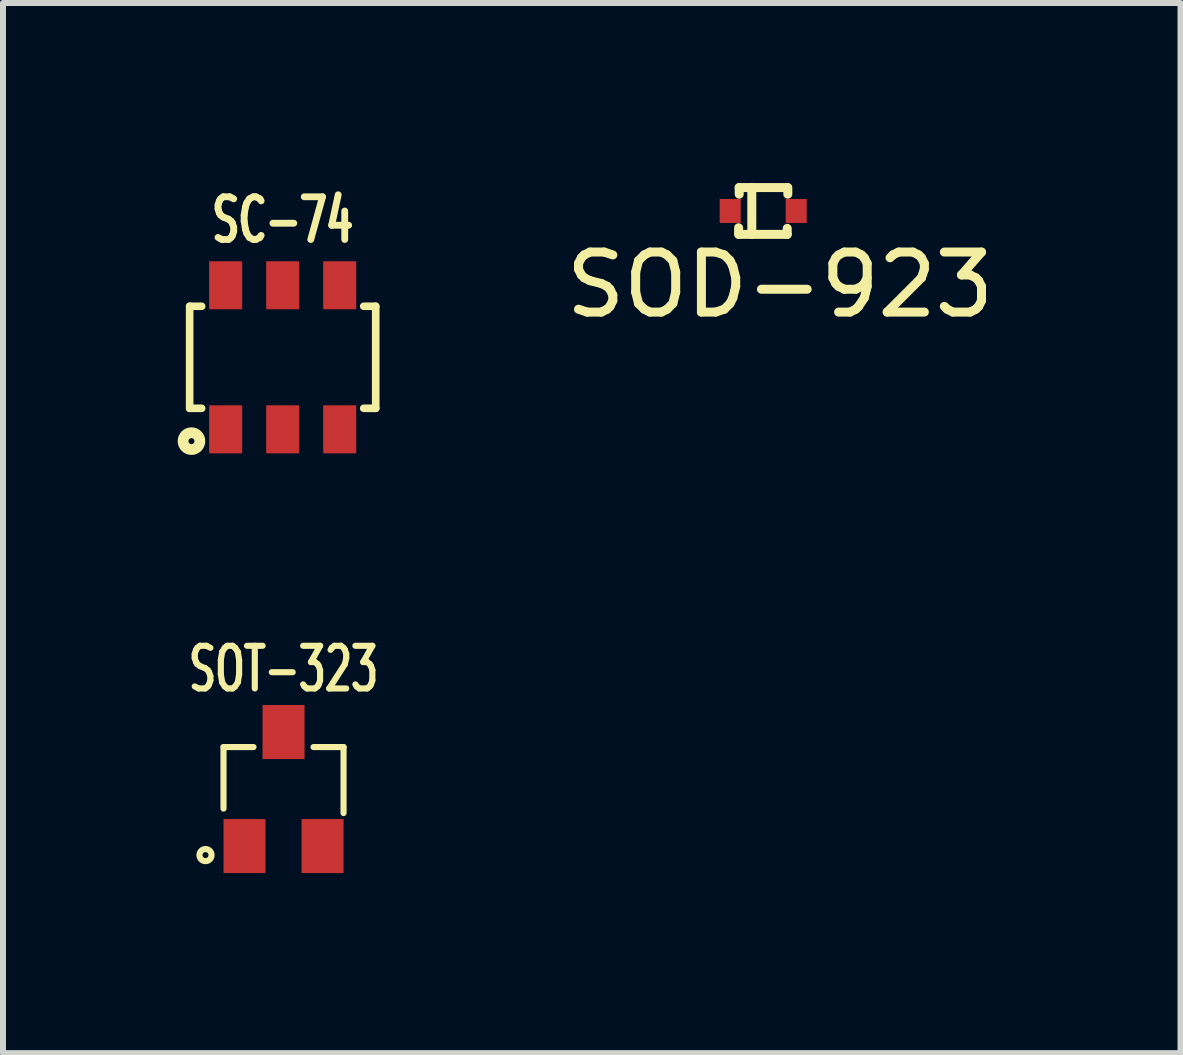
<source format=kicad_pcb>
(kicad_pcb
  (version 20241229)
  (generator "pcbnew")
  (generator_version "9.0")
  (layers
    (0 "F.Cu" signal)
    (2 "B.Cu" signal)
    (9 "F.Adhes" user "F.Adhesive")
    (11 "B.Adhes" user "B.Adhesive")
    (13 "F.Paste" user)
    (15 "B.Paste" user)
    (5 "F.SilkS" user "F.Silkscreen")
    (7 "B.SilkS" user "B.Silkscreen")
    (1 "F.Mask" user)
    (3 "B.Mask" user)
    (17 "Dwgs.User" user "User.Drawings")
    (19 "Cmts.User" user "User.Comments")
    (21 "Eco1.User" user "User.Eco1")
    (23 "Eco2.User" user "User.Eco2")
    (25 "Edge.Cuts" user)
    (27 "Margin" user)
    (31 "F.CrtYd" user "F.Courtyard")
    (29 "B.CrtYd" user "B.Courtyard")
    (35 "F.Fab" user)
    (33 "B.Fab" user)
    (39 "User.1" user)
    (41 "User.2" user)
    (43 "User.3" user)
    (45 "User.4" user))
  (footprint "SOT-323"
    (layer "F.Cu")
    (at 1.674 10.097)
    (property "Reference" "SOT-323" (at 0 -2 0) (layer "F.SilkS") (effects (font (size 0.711 0.457) (thickness 0.102))))
    (attr through_hole)
    (fp_line (start -1 -0.7) (end -1 0.325) (stroke (width 0.102) (type solid)) (layer "F.SilkS"))
    (fp_line (start -0.5 -0.7) (end -1 -0.7) (stroke (width 0.102) (type solid)) (layer "F.SilkS"))
    (fp_line (start 1 -0.7) (end 0.5 -0.7) (stroke (width 0.102) (type solid)) (layer "F.SilkS"))
    (fp_line (start 1 -0.7) (end 1 0.4) (stroke (width 0.102) (type solid)) (layer "F.SilkS"))
    (fp_circle (center -1.3 1.1) (end -1.3 1.05) (stroke (width 0.102) (type solid)) (fill no) (layer "F.SilkS"))
    (pad "1" smd rect (at -0.65 0.95) (size 0.7 0.9) (layers "F.Cu" "F.Mask" "F.Paste"))
    (pad "2" smd rect (at 0.65 0.95) (size 0.7 0.9) (layers "F.Cu" "F.Mask" "F.Paste"))
    (pad "3" smd rect (at 0 -0.95) (size 0.7 0.9) (layers "F.Cu" "F.Mask" "F.Paste")))
  (footprint "SOD-923"
    (layer "F.Cu")
    (at 9.666 0.465)
    (property "Reference" "SOD-923" (at 0.28 1.23 0) (layer "F.SilkS") (effects (font (size 1 1) (thickness 0.15))))
    (attr through_hole)
    (fp_line (start -0.41 0.39) (end -0.41 0.28) (stroke (width 0.15) (type solid)) (layer "F.SilkS"))
    (fp_line (start -0.4 -0.39) (end -0.4 -0.28) (stroke (width 0.15) (type solid)) (layer "F.SilkS"))
    (fp_line (start -0.4 -0.39) (end 0.4 -0.39) (stroke (width 0.15) (type solid)) (layer "F.SilkS"))
    (fp_line (start -0.4 0.39) (end 0.4 0.39) (stroke (width 0.15) (type solid)) (layer "F.SilkS"))
    (fp_line (start -0.19 -0.39) (end -0.19 0.39) (stroke (width 0.15) (type solid)) (layer "F.SilkS"))
    (fp_line (start 0.4 0.39) (end 0.4 0.29) (stroke (width 0.15) (type solid)) (layer "F.SilkS"))
    (fp_line (start 0.41 -0.39) (end 0.41 -0.28) (stroke (width 0.15) (type solid)) (layer "F.SilkS"))
    (pad "1" smd rect (at -0.55 0) (size 0.35 0.4) (layers "F.Cu" "F.Mask" "F.Paste"))
    (pad "2" smd rect (at 0.55 0) (size 0.35 0.4) (layers "F.Cu" "F.Mask" "F.Paste")))
  (footprint "SC-74"
    (layer "F.Cu")
    (at 1.66 2.903)
    (property "Reference" "SC-74" (at 0 -2.286 0) (layer "F.SilkS") (effects (font (size 0.711 0.457) (thickness 0.114))))
    (attr through_hole)
    (fp_line (start -1.55 0.85) (end -1.55 -0.85) (stroke (width 0.127) (type solid)) (layer "F.SilkS"))
    (fp_line (start -1.35 -0.85) (end -1.55 -0.85) (stroke (width 0.127) (type solid)) (layer "F.SilkS"))
    (fp_line (start -1.35 0.85) (end -1.55 0.85) (stroke (width 0.127) (type solid)) (layer "F.SilkS"))
    (fp_line (start 1.55 -0.85) (end 1.35 -0.85) (stroke (width 0.127) (type solid)) (layer "F.SilkS"))
    (fp_line (start 1.55 -0.85) (end 1.55 0.85) (stroke (width 0.127) (type solid)) (layer "F.SilkS"))
    (fp_line (start 1.55 0.85) (end 1.35 0.85) (stroke (width 0.127) (type solid)) (layer "F.SilkS"))
    (fp_circle (center -1.52 1.397) (end -1.52 1.447) (stroke (width 0.18) (type solid)) (fill no) (layer "F.SilkS"))
    (pad "1" smd rect (at -0.95 1.2) (size 0.55 0.8) (layers "F.Cu" "F.Mask" "F.Paste"))
    (pad "2" smd rect (at 0 1.2) (size 0.55 0.8) (layers "F.Cu" "F.Mask" "F.Paste"))
    (pad "3" smd rect (at 0.95 1.2) (size 0.55 0.8) (layers "F.Cu" "F.Mask" "F.Paste"))
    (pad "4" smd rect (at 0.95 -1.2) (size 0.55 0.8) (layers "F.Cu" "F.Mask" "F.Paste"))
    (pad "5" smd rect (at 0 -1.2) (size 0.55 0.8) (layers "F.Cu" "F.Mask" "F.Paste"))
    (pad "6" smd rect (at -0.95 -1.2) (size 0.55 0.8) (layers "F.Cu" "F.Mask" "F.Paste")))
  (gr_rect
    (start -3 -3)
    (end 16.619 14.497)
    (stroke (width 0.1) (type default))
    (fill no)
    (layer "Edge.Cuts")))
</source>
